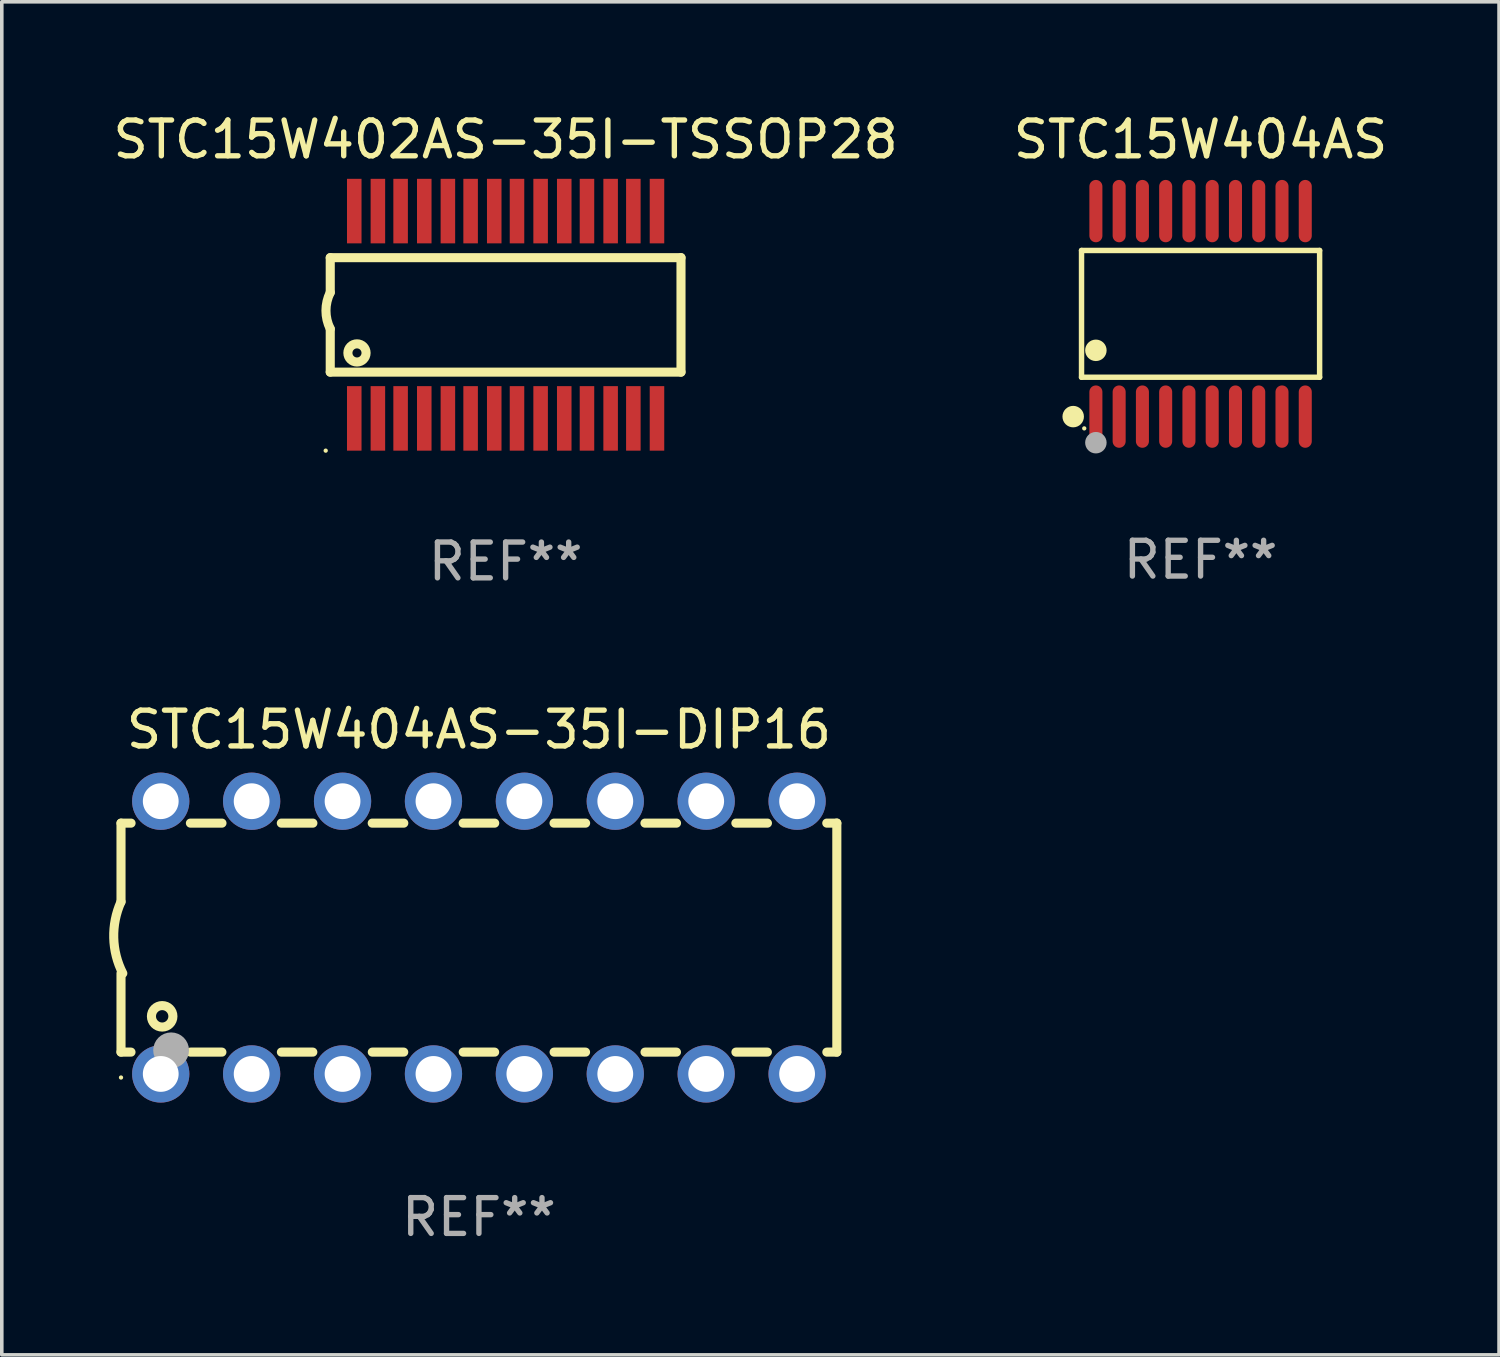
<source format=kicad_pcb>
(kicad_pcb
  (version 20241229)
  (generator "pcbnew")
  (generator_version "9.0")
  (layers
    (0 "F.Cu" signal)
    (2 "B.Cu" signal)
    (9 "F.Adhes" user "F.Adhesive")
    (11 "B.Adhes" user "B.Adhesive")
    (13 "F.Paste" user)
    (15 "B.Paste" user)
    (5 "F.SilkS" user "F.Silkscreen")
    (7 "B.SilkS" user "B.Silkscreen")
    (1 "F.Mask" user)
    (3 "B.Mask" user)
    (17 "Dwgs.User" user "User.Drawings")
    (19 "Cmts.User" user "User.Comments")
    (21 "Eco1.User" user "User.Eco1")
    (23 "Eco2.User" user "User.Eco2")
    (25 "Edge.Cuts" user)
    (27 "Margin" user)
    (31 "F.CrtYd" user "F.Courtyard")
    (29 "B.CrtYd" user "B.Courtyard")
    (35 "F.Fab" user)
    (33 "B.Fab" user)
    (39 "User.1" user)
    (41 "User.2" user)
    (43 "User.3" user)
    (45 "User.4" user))
  (footprint "STC15W402AS-35I-TSSOP28"
    (layer "F.Cu")
    (at 11.077 5.744)
    (property "Reference" "STC15W402AS-35I-TSSOP28" (at 0 -4.896 0) (layer "F.SilkS") (effects (font (size 1 1) (thickness 0.15))))
    (attr through_hole)
    (fp_line (start -4.9 -1.595) (end -4.9 -0.622) (stroke (width 0.254) (type solid)) (layer "F.SilkS"))
    (fp_line (start -4.9 1.603) (end -4.9 0.394) (stroke (width 0.254) (type solid)) (layer "F.SilkS"))
    (fp_line (start 4.9 -1.595) (end -4.9 -1.595) (stroke (width 0.254) (type solid)) (layer "F.SilkS"))
    (fp_line (start 4.9 1.603) (end -4.9 1.603) (stroke (width 0.254) (type solid)) (layer "F.SilkS"))
    (fp_line (start 4.9 1.603) (end 4.9 -1.595) (stroke (width 0.254) (type solid)) (layer "F.SilkS"))
    (fp_arc (start -4.89967 0.393701) (mid -5.019593 -0.1143) (end -4.89967 -0.622301) (stroke (width 0.254001) (type solid)) (layer "F.SilkS"))
    (fp_circle (center -5.027 3.797) (end -4.997 3.797) (stroke (width 0.06) (type solid)) (fill no) (layer "F.SilkS"))
    (fp_circle (center -4.153 1.067) (end -3.899 1.067) (stroke (width 0.254) (type solid)) (fill no) (layer "F.SilkS"))
    (fp_text user "REF**" (at 0 6.896 0) (layer "F.Fab") (effects (font (size 1 1) (thickness 0.15))))
    (pad "1" smd rect (at -4.229 2.896 90) (size 1.803 0.406) (layers "F.Cu" "F.Mask" "F.Paste"))
    (pad "2" smd rect (at -3.569 2.896 90) (size 1.803 0.406) (layers "F.Cu" "F.Mask" "F.Paste"))
    (pad "3" smd rect (at -2.934 2.896 90) (size 1.803 0.406) (layers "F.Cu" "F.Mask" "F.Paste"))
    (pad "4" smd rect (at -2.273 2.896 90) (size 1.803 0.406) (layers "F.Cu" "F.Mask" "F.Paste"))
    (pad "5" smd rect (at -1.613 2.896 90) (size 1.803 0.406) (layers "F.Cu" "F.Mask" "F.Paste"))
    (pad "6" smd rect (at -0.978 2.896 90) (size 1.803 0.406) (layers "F.Cu" "F.Mask" "F.Paste"))
    (pad "7" smd rect (at -0.318 2.896 90) (size 1.803 0.406) (layers "F.Cu" "F.Mask" "F.Paste"))
    (pad "8" smd rect (at 0.318 2.896 90) (size 1.803 0.406) (layers "F.Cu" "F.Mask" "F.Paste"))
    (pad "9" smd rect (at 0.978 2.896 90) (size 1.803 0.406) (layers "F.Cu" "F.Mask" "F.Paste"))
    (pad "10" smd rect (at 1.638 2.896 90) (size 1.803 0.406) (layers "F.Cu" "F.Mask" "F.Paste"))
    (pad "11" smd rect (at 2.273 2.896 90) (size 1.803 0.406) (layers "F.Cu" "F.Mask" "F.Paste"))
    (pad "12" smd rect (at 2.934 2.896 90) (size 1.803 0.406) (layers "F.Cu" "F.Mask" "F.Paste"))
    (pad "13" smd rect (at 3.569 2.896 90) (size 1.803 0.406) (layers "F.Cu" "F.Mask" "F.Paste"))
    (pad "14" smd rect (at 4.229 2.896 90) (size 1.803 0.406) (layers "F.Cu" "F.Mask" "F.Paste"))
    (pad "15" smd rect (at 4.229 -2.896 90) (size 1.803 0.406) (layers "F.Cu" "F.Mask" "F.Paste"))
    (pad "16" smd rect (at 3.569 -2.896 90) (size 1.803 0.406) (layers "F.Cu" "F.Mask" "F.Paste"))
    (pad "17" smd rect (at 2.934 -2.896 90) (size 1.803 0.406) (layers "F.Cu" "F.Mask" "F.Paste"))
    (pad "18" smd rect (at 2.273 -2.896 90) (size 1.803 0.406) (layers "F.Cu" "F.Mask" "F.Paste"))
    (pad "19" smd rect (at 1.638 -2.896 90) (size 1.803 0.406) (layers "F.Cu" "F.Mask" "F.Paste"))
    (pad "20" smd rect (at 0.978 -2.896 90) (size 1.803 0.406) (layers "F.Cu" "F.Mask" "F.Paste"))
    (pad "21" smd rect (at 0.318 -2.896 90) (size 1.803 0.406) (layers "F.Cu" "F.Mask" "F.Paste"))
    (pad "22" smd rect (at -0.318 -2.896 90) (size 1.803 0.406) (layers "F.Cu" "F.Mask" "F.Paste"))
    (pad "23" smd rect (at -0.978 -2.896 90) (size 1.803 0.406) (layers "F.Cu" "F.Mask" "F.Paste"))
    (pad "24" smd rect (at -1.613 -2.896 90) (size 1.803 0.406) (layers "F.Cu" "F.Mask" "F.Paste"))
    (pad "25" smd rect (at -2.273 -2.896 90) (size 1.803 0.406) (layers "F.Cu" "F.Mask" "F.Paste"))
    (pad "26" smd rect (at -2.934 -2.896 90) (size 1.803 0.406) (layers "F.Cu" "F.Mask" "F.Paste"))
    (pad "27" smd rect (at -3.569 -2.896 90) (size 1.803 0.406) (layers "F.Cu" "F.Mask" "F.Paste"))
    (pad "28" smd rect (at -4.229 -2.896 90) (size 1.803 0.406) (layers "F.Cu" "F.Mask" "F.Paste")))
  (footprint "STC15W404AS-35I-DIP16"
    (layer "F.Cu")
    (at 10.331 23.146)
    (property "Reference" "STC15W404AS-35I-DIP16" (at 0 -5.81 0) (layer "F.SilkS") (effects (font (size 1 1) (thickness 0.15))))
    (attr through_hole)
    (fp_line (start -10 -3.198) (end -9.719 -3.198) (stroke (width 0.254) (type solid)) (layer "F.SilkS"))
    (fp_line (start -10 -0.998) (end -10 -3.198) (stroke (width 0.254) (type solid)) (layer "F.SilkS"))
    (fp_line (start -10 3.2) (end -10 1) (stroke (width 0.254) (type solid)) (layer "F.SilkS"))
    (fp_line (start -10 3.2) (end -9.721 3.2) (stroke (width 0.254) (type solid)) (layer "F.SilkS"))
    (fp_line (start -8.061 -3.198) (end -7.179 -3.198) (stroke (width 0.254) (type solid)) (layer "F.SilkS"))
    (fp_line (start -8.059 3.2) (end -7.181 3.2) (stroke (width 0.254) (type solid)) (layer "F.SilkS"))
    (fp_line (start -5.521 -3.198) (end -4.639 -3.198) (stroke (width 0.254) (type solid)) (layer "F.SilkS"))
    (fp_line (start -5.519 3.2) (end -4.641 3.2) (stroke (width 0.254) (type solid)) (layer "F.SilkS"))
    (fp_line (start -2.981 -3.198) (end -2.099 -3.198) (stroke (width 0.254) (type solid)) (layer "F.SilkS"))
    (fp_line (start -2.979 3.2) (end -2.101 3.2) (stroke (width 0.254) (type solid)) (layer "F.SilkS"))
    (fp_line (start -0.441 -3.198) (end 0.441 -3.198) (stroke (width 0.254) (type solid)) (layer "F.SilkS"))
    (fp_line (start -0.439 3.2) (end 0.439 3.2) (stroke (width 0.254) (type solid)) (layer "F.SilkS"))
    (fp_line (start 2.099 -3.198) (end 2.981 -3.198) (stroke (width 0.254) (type solid)) (layer "F.SilkS"))
    (fp_line (start 2.101 3.2) (end 2.979 3.2) (stroke (width 0.254) (type solid)) (layer "F.SilkS"))
    (fp_line (start 4.639 -3.198) (end 5.521 -3.198) (stroke (width 0.254) (type solid)) (layer "F.SilkS"))
    (fp_line (start 4.641 3.2) (end 5.519 3.2) (stroke (width 0.254) (type solid)) (layer "F.SilkS"))
    (fp_line (start 7.179 -3.198) (end 8.061 -3.198) (stroke (width 0.254) (type solid)) (layer "F.SilkS"))
    (fp_line (start 7.181 3.2) (end 8.059 3.2) (stroke (width 0.254) (type solid)) (layer "F.SilkS"))
    (fp_line (start 9.719 -3.198) (end 10 -3.198) (stroke (width 0.254) (type solid)) (layer "F.SilkS"))
    (fp_line (start 9.721 3.2) (end 10 3.2) (stroke (width 0.254) (type solid)) (layer "F.SilkS"))
    (fp_line (start 10 3.2) (end 10 -3.2) (stroke (width 0.254) (type solid)) (layer "F.SilkS"))
    (fp_arc (start -9.949962 1) (mid -10.203153 0.005709) (end -10 -1) (stroke (width 0.254001) (type solid)) (layer "F.SilkS"))
    (fp_circle (center -10 3.91) (end -9.97 3.91) (stroke (width 0.06) (type solid)) (fill no) (layer "F.SilkS"))
    (fp_circle (center -8.85 2.2) (end -8.55 2.2) (stroke (width 0.254) (type solid)) (fill no) (layer "F.SilkS"))
    (fp_circle (center -8.6 3.15) (end -8.35 3.15) (stroke (width 0.5) (type solid)) (fill no) (layer "F.Fab"))
    (fp_text user "REF**" (at 0 7.81 0) (layer "F.Fab") (effects (font (size 1 1) (thickness 0.15))))
    (pad "1" thru_hole circle (at -8.89 3.81) (size 1.6 1.6) (drill 1) (layers "*.Cu" "*.Mask"))
    (pad "2" thru_hole circle (at -6.35 3.81) (size 1.6 1.6) (drill 1) (layers "*.Cu" "*.Mask"))
    (pad "3" thru_hole circle (at -3.81 3.81) (size 1.6 1.6) (drill 1) (layers "*.Cu" "*.Mask"))
    (pad "4" thru_hole circle (at -1.27 3.81) (size 1.6 1.6) (drill 1) (layers "*.Cu" "*.Mask"))
    (pad "5" thru_hole circle (at 1.27 3.81) (size 1.6 1.6) (drill 1) (layers "*.Cu" "*.Mask"))
    (pad "6" thru_hole circle (at 3.81 3.81) (size 1.6 1.6) (drill 1) (layers "*.Cu" "*.Mask"))
    (pad "7" thru_hole circle (at 6.35 3.81) (size 1.6 1.6) (drill 1) (layers "*.Cu" "*.Mask"))
    (pad "8" thru_hole circle (at 8.89 3.81) (size 1.6 1.6) (drill 1) (layers "*.Cu" "*.Mask"))
    (pad "9" thru_hole circle (at 8.89 -3.81) (size 1.6 1.6) (drill 1) (layers "*.Cu" "*.Mask"))
    (pad "10" thru_hole circle (at 6.35 -3.81) (size 1.6 1.6) (drill 1) (layers "*.Cu" "*.Mask"))
    (pad "11" thru_hole circle (at 3.81 -3.81) (size 1.6 1.6) (drill 1) (layers "*.Cu" "*.Mask"))
    (pad "12" thru_hole circle (at 1.27 -3.81) (size 1.6 1.6) (drill 1) (layers "*.Cu" "*.Mask"))
    (pad "13" thru_hole circle (at -1.27 -3.81) (size 1.6 1.6) (drill 1) (layers "*.Cu" "*.Mask"))
    (pad "14" thru_hole circle (at -3.81 -3.81) (size 1.6 1.6) (drill 1) (layers "*.Cu" "*.Mask"))
    (pad "15" thru_hole circle (at -6.35 -3.81) (size 1.6 1.6) (drill 1) (layers "*.Cu" "*.Mask"))
    (pad "16" thru_hole circle (at -8.89 -3.81) (size 1.6 1.6) (drill 1) (layers "*.Cu" "*.Mask")))
  (footprint "STC15W404AS"
    (layer "F.Cu")
    (at 30.494 5.719)
    (property "Reference" "STC15W404AS" (at 0 -4.871 0) (layer "F.SilkS") (effects (font (size 1 1) (thickness 0.15))))
    (attr through_hole)
    (fp_line (start -3.326 -1.771) (end 3.326 -1.771) (stroke (width 0.152) (type solid)) (layer "F.SilkS"))
    (fp_line (start -3.326 1.771) (end -3.326 -1.771) (stroke (width 0.152) (type solid)) (layer "F.SilkS"))
    (fp_line (start 3.326 -1.771) (end 3.326 1.771) (stroke (width 0.152) (type solid)) (layer "F.SilkS"))
    (fp_line (start 3.326 1.771) (end -3.326 1.771) (stroke (width 0.152) (type solid)) (layer "F.SilkS"))
    (fp_circle (center -3.559 2.871) (end -3.409 2.871) (stroke (width 0.3) (type solid)) (fill no) (layer "F.SilkS"))
    (fp_circle (center -3.25 3.2) (end -3.22 3.2) (stroke (width 0.06) (type solid)) (fill no) (layer "F.SilkS"))
    (fp_circle (center -2.925 1.019) (end -2.775 1.019) (stroke (width 0.3) (type solid)) (fill no) (layer "F.SilkS"))
    (fp_circle (center -2.925 3.6) (end -2.775 3.6) (stroke (width 0.3) (type solid)) (fill no) (layer "F.Fab"))
    (fp_text user "REF**" (at 0 6.871 0) (layer "F.Fab") (effects (font (size 1 1) (thickness 0.15))))
    (pad "1" smd oval (at -2.925 2.871) (size 0.364 1.742) (layers "F.Cu" "F.Mask" "F.Paste"))
    (pad "2" smd oval (at -2.275 2.871) (size 0.364 1.742) (layers "F.Cu" "F.Mask" "F.Paste"))
    (pad "3" smd oval (at -1.625 2.871) (size 0.364 1.742) (layers "F.Cu" "F.Mask" "F.Paste"))
    (pad "4" smd oval (at -0.975 2.871) (size 0.364 1.742) (layers "F.Cu" "F.Mask" "F.Paste"))
    (pad "5" smd oval (at -0.325 2.871) (size 0.364 1.742) (layers "F.Cu" "F.Mask" "F.Paste"))
    (pad "6" smd oval (at 0.325 2.871) (size 0.364 1.742) (layers "F.Cu" "F.Mask" "F.Paste"))
    (pad "7" smd oval (at 0.975 2.871) (size 0.364 1.742) (layers "F.Cu" "F.Mask" "F.Paste"))
    (pad "8" smd oval (at 1.625 2.871) (size 0.364 1.742) (layers "F.Cu" "F.Mask" "F.Paste"))
    (pad "9" smd oval (at 2.275 2.871) (size 0.364 1.742) (layers "F.Cu" "F.Mask" "F.Paste"))
    (pad "10" smd oval (at 2.925 2.871) (size 0.364 1.742) (layers "F.Cu" "F.Mask" "F.Paste"))
    (pad "11" smd oval (at 2.925 -2.871) (size 0.364 1.742) (layers "F.Cu" "F.Mask" "F.Paste"))
    (pad "12" smd oval (at 2.275 -2.871) (size 0.364 1.742) (layers "F.Cu" "F.Mask" "F.Paste"))
    (pad "13" smd oval (at 1.625 -2.871) (size 0.364 1.742) (layers "F.Cu" "F.Mask" "F.Paste"))
    (pad "14" smd oval (at 0.975 -2.871) (size 0.364 1.742) (layers "F.Cu" "F.Mask" "F.Paste"))
    (pad "15" smd oval (at 0.325 -2.871) (size 0.364 1.742) (layers "F.Cu" "F.Mask" "F.Paste"))
    (pad "16" smd oval (at -0.325 -2.871) (size 0.364 1.742) (layers "F.Cu" "F.Mask" "F.Paste"))
    (pad "17" smd oval (at -0.975 -2.871) (size 0.364 1.742) (layers "F.Cu" "F.Mask" "F.Paste"))
    (pad "18" smd oval (at -1.625 -2.871) (size 0.364 1.742) (layers "F.Cu" "F.Mask" "F.Paste"))
    (pad "19" smd oval (at -2.275 -2.871) (size 0.364 1.742) (layers "F.Cu" "F.Mask" "F.Paste"))
    (pad "20" smd oval (at -2.925 -2.871) (size 0.364 1.742) (layers "F.Cu" "F.Mask" "F.Paste")))
  (gr_rect
    (start -3 -3)
    (end 38.833 34.804)
    (stroke (width 0.1) (type default))
    (fill no)
    (layer "Edge.Cuts")))
</source>
